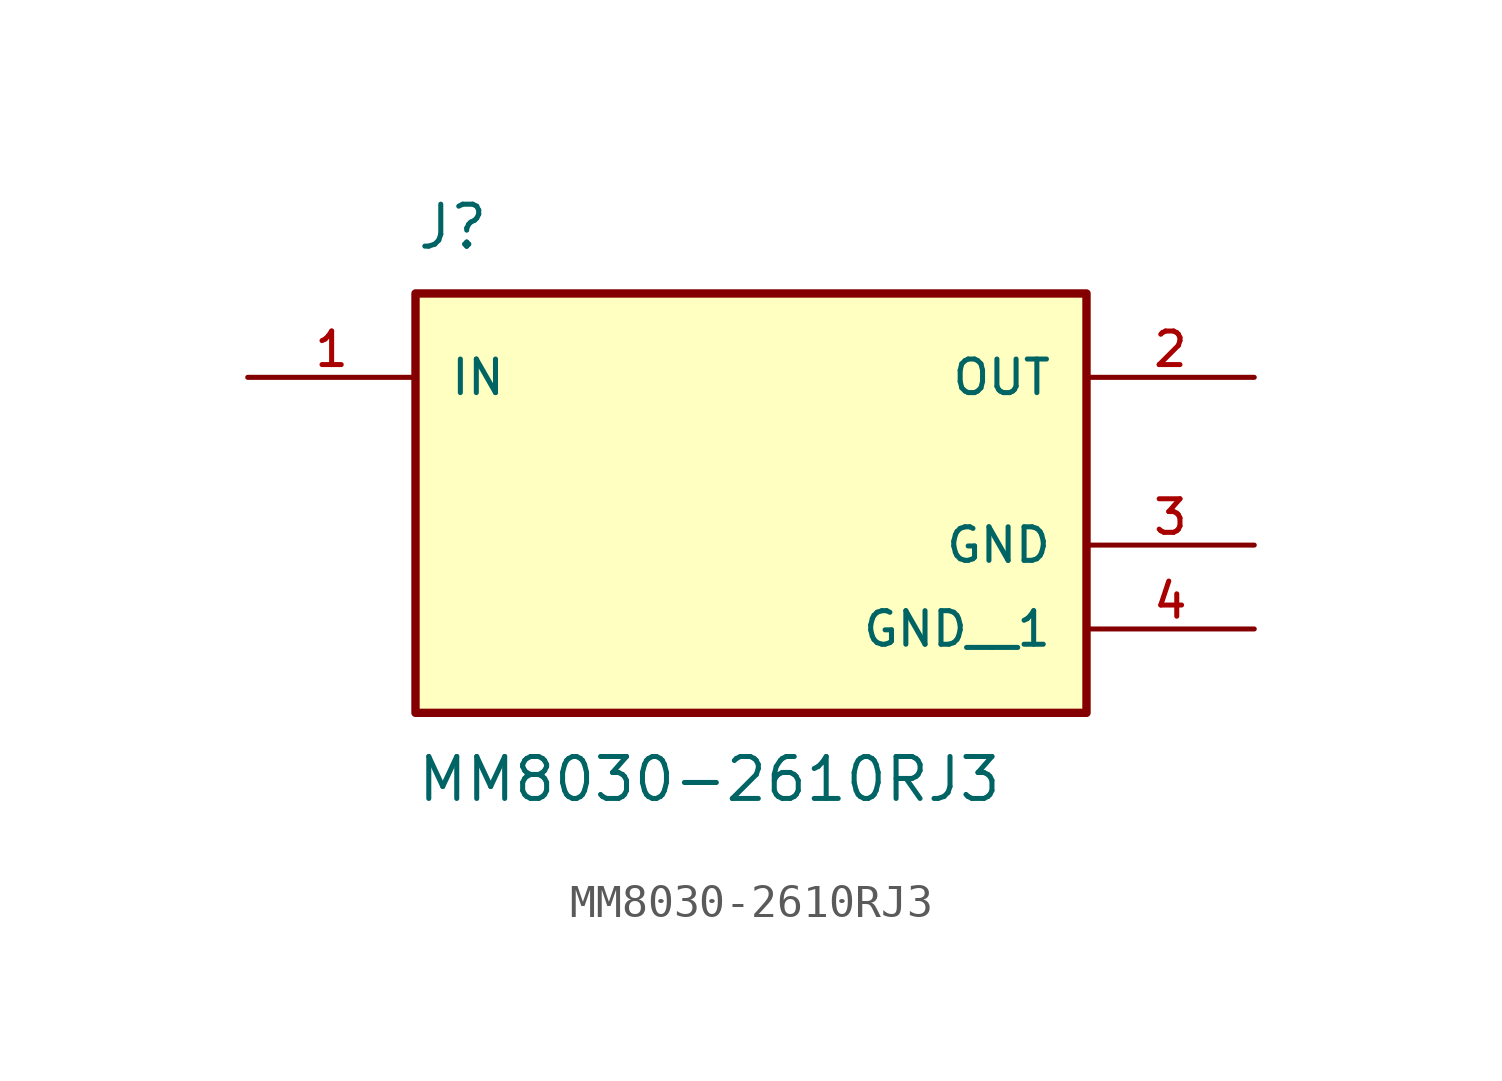
<source format=kicad_sym>
(kicad_symbol_lib
  (version 20211014)
  (generator kicad_symbol_editor)
  (symbol "MM8030-2610RJ3"
    (pin_names
      (offset 1.016))
    (property "Reference" "J"
      (at -10.16 6.35 0)
      (effects (font (size 1.27 1.27)) (justify bottom left)))
    (property "Value" "MM8030-2610RJ3"
      (at -10.16 -8.89 0.0)
      (effects (font (size 1.27 1.27)) (justify top left)))
    (symbol "MM8030-2610RJ3_0_0"
      (rectangle (start -10.16 -7.62) (end 10.16 5.08) (stroke (width 0.254)) (fill (type background)))
      (pin input line (at -15.24 2.54 0) (length 5.08) (name "IN" (effects (font (size 1.016 1.016)))) (number "1" (effects (font (size 1.016 1.016)))))
      (pin output line (at 15.24 2.54 180.0) (length 5.08) (name "OUT" (effects (font (size 1.016 1.016)))) (number "2" (effects (font (size 1.016 1.016)))))
      (pin power_in line (at 15.24 -2.54 180.0) (length 5.08) (name "GND" (effects (font (size 1.016 1.016)))) (number "3" (effects (font (size 1.016 1.016)))))
      (pin power_in line (at 15.24 -5.08 180.0) (length 5.08) (name "GND__1" (effects (font (size 1.016 1.016)))) (number "4" (effects (font (size 1.016 1.016))))))))
</source>
